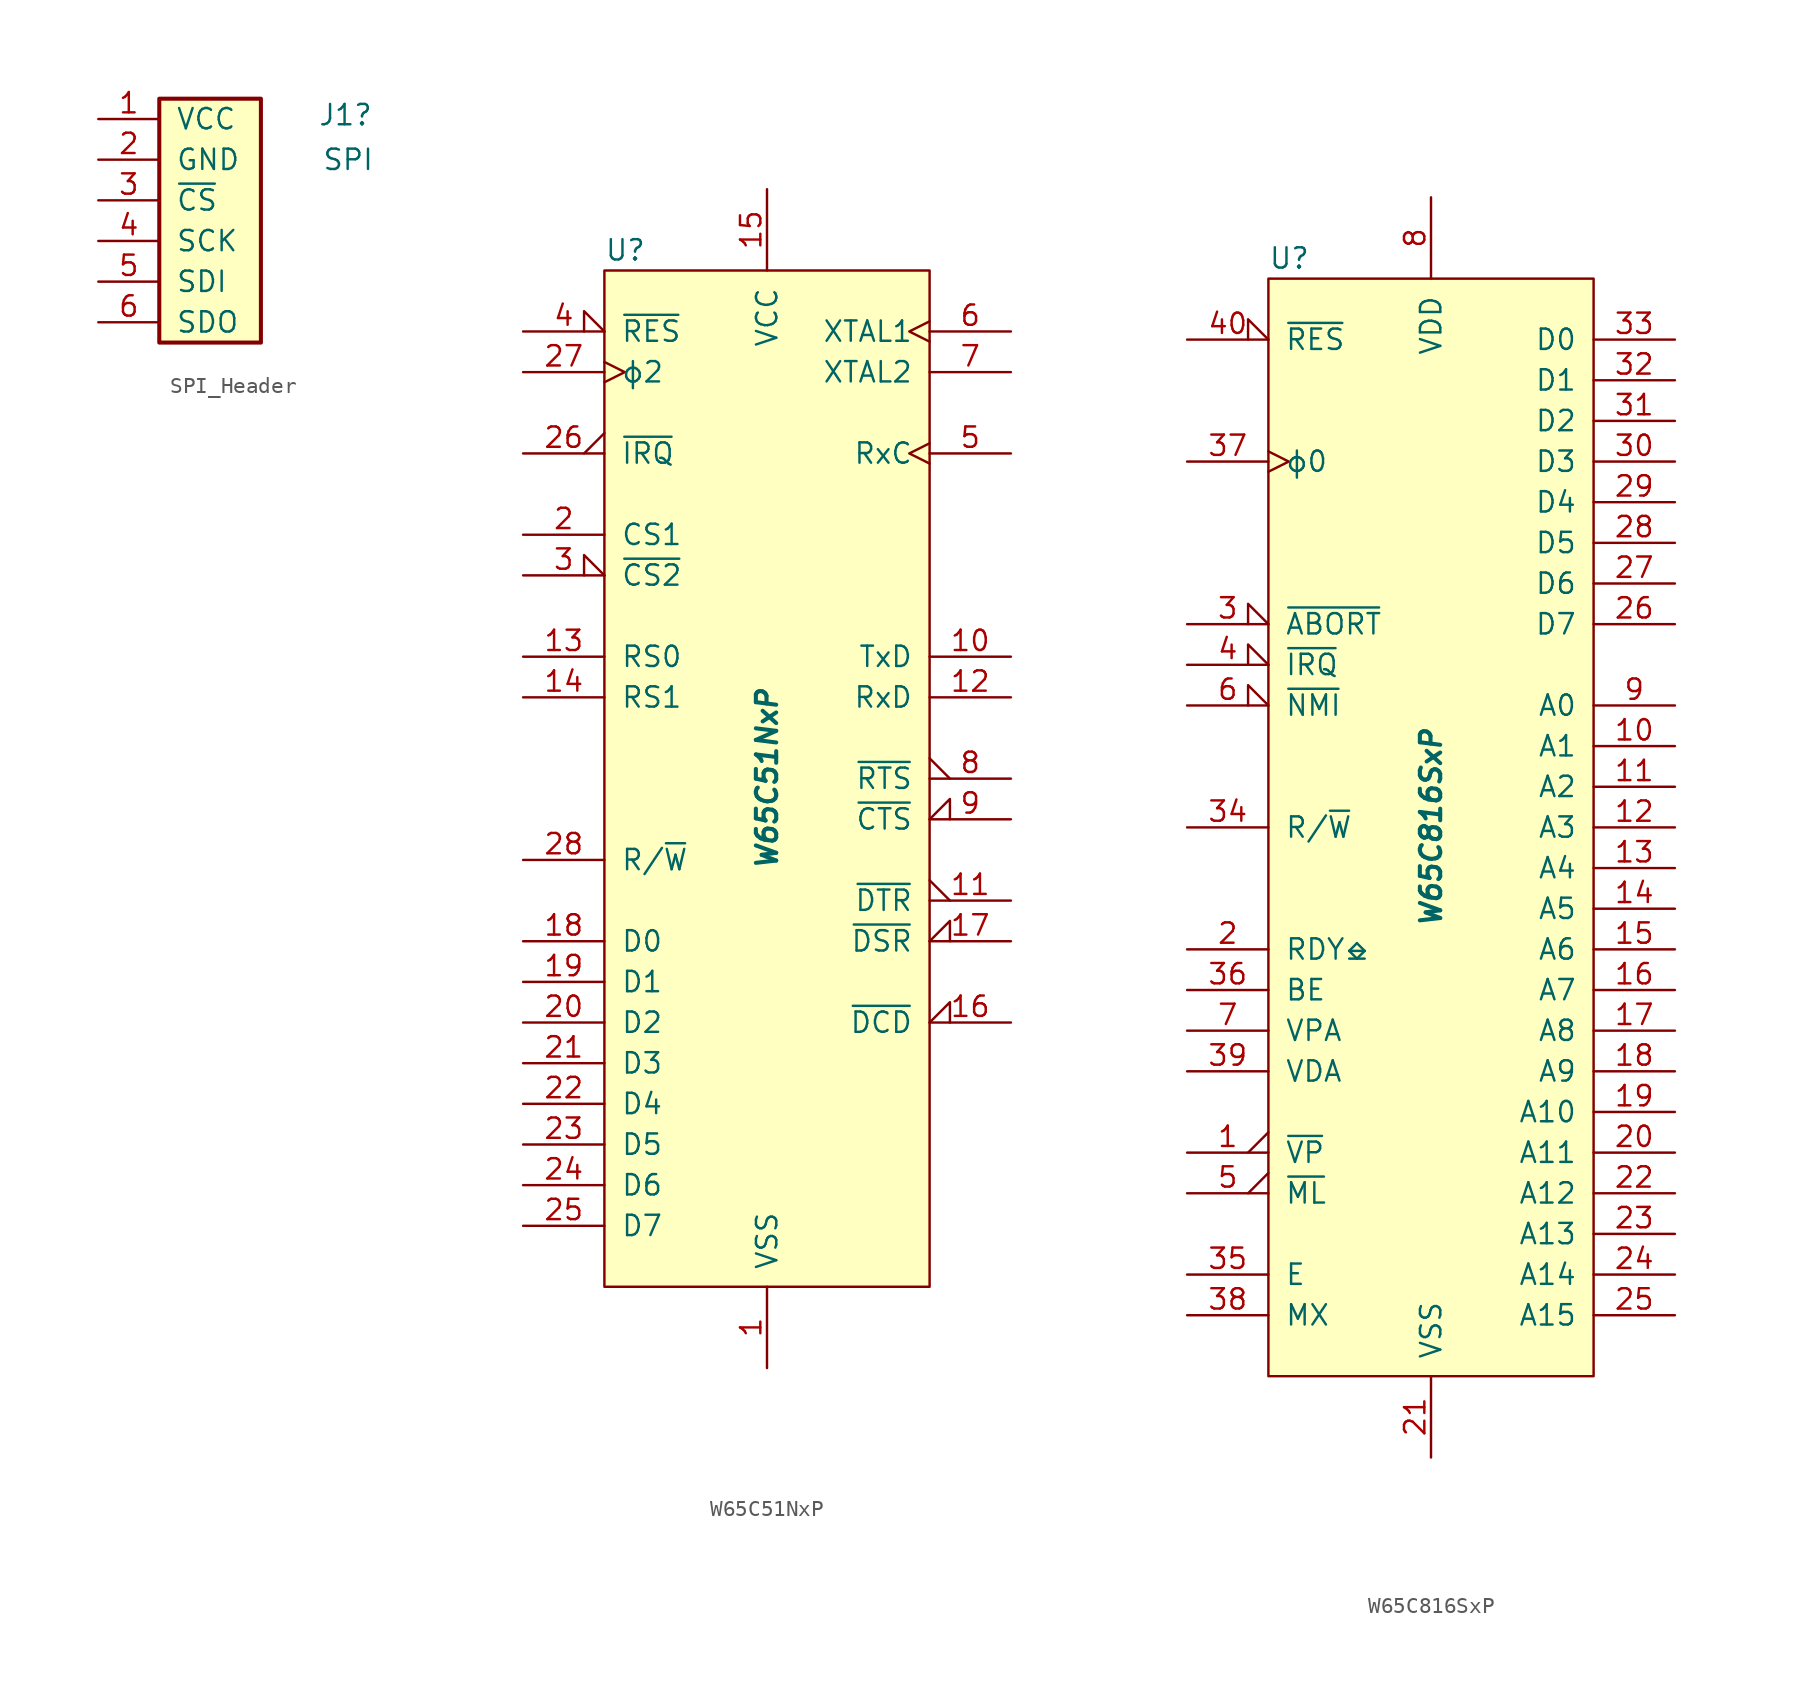
<source format=kicad_sym>
(kicad_symbol_lib
  (version 20231120)
  (generator "kicad_symbol_editor")
  (generator_version "8.0")
  (symbol "SPI_Header"
    (pin_names
      (offset 1.016))
    (property "Reference" "J1"
      (at 13.716 0.254 0)
      (effects (font (size 1.27 1.27)) (justify left)))
    (property "Value" "SPI"
      (at 13.97 -2.54 0)
      (effects (font (size 1.27 1.27)) (justify left)))
    (symbol "SPI_Header_1_1"
      (rectangle (start 3.81 1.27) (end 10.16 -13.97) (stroke (width 0.254) (type default)) (fill (type background)))
      (pin power_in line (at 0 0 0) (length 3.81) (name "VCC" (effects (font (size 1.27 1.27)))) (number "1" (effects (font (size 1.27 1.27)))))
      (pin power_in line (at 0 -2.54 0) (length 3.81) (name "GND" (effects (font (size 1.27 1.27)))) (number "2" (effects (font (size 1.27 1.27)))))
      (pin input line (at 0 -5.08 0) (length 3.81) (name "~{CS}" (effects (font (size 1.27 1.27)))) (number "3" (effects (font (size 1.27 1.27)))))
      (pin input line (at 0 -7.62 0) (length 3.81) (name "SCK" (effects (font (size 1.27 1.27)))) (number "4" (effects (font (size 1.27 1.27)))))
      (pin input line (at 0 -10.16 0) (length 3.81) (name "SDI" (effects (font (size 1.27 1.27)))) (number "5" (effects (font (size 1.27 1.27)))))
      (pin tri_state line (at 0 -12.7 0) (length 3.81) (name "SDO" (effects (font (size 1.27 1.27)))) (number "6" (effects (font (size 1.27 1.27)))))))
  (symbol "W65C51NxP"
    (pin_names
      (offset 1.016))
    (property "Reference" "U"
      (at -10.16 33.02 0)
      (effects (font (size 1.27 1.27)) (justify left)))
    (property "Value" "W65C51NxP"
      (at 0 0 90)
      (effects (font (size 1.27 1.27) (bold yes) (italic yes))))
    (symbol "W65C51NxP_0_1"
      (rectangle (start -10.16 31.75) (end 10.16 -31.75) (stroke (width 0) (type default)) (fill (type background))))
    (symbol "W65C51NxP_1_1"
      (pin power_in line (at 0 -36.83 90) (length 5.08) (name "VSS" (effects (font (size 1.27 1.27)))) (number "1" (effects (font (size 1.27 1.27)))))
      (pin output line (at 15.24 7.62 180) (length 5.08) (name "TxD" (effects (font (size 1.27 1.27)))) (number "10" (effects (font (size 1.27 1.27)))))
      (pin output output_low (at 15.24 -7.62 180) (length 5.08) (name "~{DTR}" (effects (font (size 1.27 1.27)))) (number "11" (effects (font (size 1.27 1.27)))))
      (pin input line (at 15.24 5.08 180) (length 5.08) (name "RxD" (effects (font (size 1.27 1.27)))) (number "12" (effects (font (size 1.27 1.27)))))
      (pin input line (at -15.24 7.62 0) (length 5.08) (name "RS0" (effects (font (size 1.27 1.27)))) (number "13" (effects (font (size 1.27 1.27)))))
      (pin input line (at -15.24 5.08 0) (length 5.08) (name "RS1" (effects (font (size 1.27 1.27)))) (number "14" (effects (font (size 1.27 1.27)))))
      (pin power_in line (at 0 36.83 270) (length 5.08) (name "VCC" (effects (font (size 1.27 1.27)))) (number "15" (effects (font (size 1.27 1.27)))))
      (pin input input_low (at 15.24 -15.24 180) (length 5.08) (name "~{DCD}" (effects (font (size 1.27 1.27)))) (number "16" (effects (font (size 1.27 1.27)))))
      (pin input input_low (at 15.24 -10.16 180) (length 5.08) (name "~{DSR}" (effects (font (size 1.27 1.27)))) (number "17" (effects (font (size 1.27 1.27)))))
      (pin bidirectional line (at -15.24 -10.16 0) (length 5.08) (name "D0" (effects (font (size 1.27 1.27)))) (number "18" (effects (font (size 1.27 1.27)))))
      (pin bidirectional line (at -15.24 -12.7 0) (length 5.08) (name "D1" (effects (font (size 1.27 1.27)))) (number "19" (effects (font (size 1.27 1.27)))))
      (pin input line (at -15.24 15.24 0) (length 5.08) (name "CS1" (effects (font (size 1.27 1.27)))) (number "2" (effects (font (size 1.27 1.27)))))
      (pin bidirectional line (at -15.24 -15.24 0) (length 5.08) (name "D2" (effects (font (size 1.27 1.27)))) (number "20" (effects (font (size 1.27 1.27)))))
      (pin bidirectional line (at -15.24 -17.78 0) (length 5.08) (name "D3" (effects (font (size 1.27 1.27)))) (number "21" (effects (font (size 1.27 1.27)))))
      (pin bidirectional line (at -15.24 -20.32 0) (length 5.08) (name "D4" (effects (font (size 1.27 1.27)))) (number "22" (effects (font (size 1.27 1.27)))))
      (pin bidirectional line (at -15.24 -22.86 0) (length 5.08) (name "D5" (effects (font (size 1.27 1.27)))) (number "23" (effects (font (size 1.27 1.27)))))
      (pin bidirectional line (at -15.24 -25.4 0) (length 5.08) (name "D6" (effects (font (size 1.27 1.27)))) (number "24" (effects (font (size 1.27 1.27)))))
      (pin bidirectional line (at -15.24 -27.94 0) (length 5.08) (name "D7" (effects (font (size 1.27 1.27)))) (number "25" (effects (font (size 1.27 1.27)))))
      (pin open_collector output_low (at -15.24 20.32 0) (length 5.08) (name "~{IRQ}" (effects (font (size 1.27 1.27)))) (number "26" (effects (font (size 1.27 1.27)))))
      (pin input clock (at -15.24 25.4 0) (length 5.08) (name "ϕ2" (effects (font (size 1.27 1.27)))) (number "27" (effects (font (size 1.27 1.27)))))
      (pin input line (at -15.24 -5.08 0) (length 5.08) (name "R/~{W}" (effects (font (size 1.27 1.27)))) (number "28" (effects (font (size 1.27 1.27)))))
      (pin input input_low (at -15.24 12.7 0) (length 5.08) (name "~{CS2}" (effects (font (size 1.27 1.27)))) (number "3" (effects (font (size 1.27 1.27)))))
      (pin input input_low (at -15.24 27.94 0) (length 5.08) (name "~{RES}" (effects (font (size 1.27 1.27)))) (number "4" (effects (font (size 1.27 1.27)))))
      (pin bidirectional clock (at 15.24 20.32 180) (length 5.08) (name "RxC" (effects (font (size 1.27 1.27)))) (number "5" (effects (font (size 1.27 1.27)))))
      (pin input clock (at 15.24 27.94 180) (length 5.08) (name "XTAL1" (effects (font (size 1.27 1.27)))) (number "6" (effects (font (size 1.27 1.27)))))
      (pin output line (at 15.24 25.4 180) (length 5.08) (name "XTAL2" (effects (font (size 1.27 1.27)))) (number "7" (effects (font (size 1.27 1.27)))))
      (pin output output_low (at 15.24 0 180) (length 5.08) (name "~{RTS}" (effects (font (size 1.27 1.27)))) (number "8" (effects (font (size 1.27 1.27)))))
      (pin input input_low (at 15.24 -2.54 180) (length 5.08) (name "~{CTS}" (effects (font (size 1.27 1.27)))) (number "9" (effects (font (size 1.27 1.27)))))))
  (symbol "W65C816SxP"
    (pin_names
      (offset 1.016))
    (property "Reference" "U"
      (at -10.16 35.56 0)
      (effects (font (size 1.27 1.27)) (justify left)))
    (property "Value" "W65C816SxP"
      (at 0 0 90)
      (effects (font (size 1.27 1.27) (bold yes) (italic yes))))
    (symbol "W65C816SxP_0_1"
      (rectangle (start -10.16 34.29) (end 10.16 -34.29) (stroke (width 0) (type default)) (fill (type background))))
    (symbol "W65C816SxP_1_1"
      (pin output output_low (at -15.24 -20.32 0) (length 5.08) (name "~{VP}" (effects (font (size 1.27 1.27)))) (number "1" (effects (font (size 1.27 1.27)))))
      (pin tri_state line (at 15.24 5.08 180) (length 5.08) (name "A1" (effects (font (size 1.27 1.27)))) (number "10" (effects (font (size 1.27 1.27)))))
      (pin tri_state line (at 15.24 2.54 180) (length 5.08) (name "A2" (effects (font (size 1.27 1.27)))) (number "11" (effects (font (size 1.27 1.27)))))
      (pin tri_state line (at 15.24 0 180) (length 5.08) (name "A3" (effects (font (size 1.27 1.27)))) (number "12" (effects (font (size 1.27 1.27)))))
      (pin tri_state line (at 15.24 -2.54 180) (length 5.08) (name "A4" (effects (font (size 1.27 1.27)))) (number "13" (effects (font (size 1.27 1.27)))))
      (pin tri_state line (at 15.24 -5.08 180) (length 5.08) (name "A5" (effects (font (size 1.27 1.27)))) (number "14" (effects (font (size 1.27 1.27)))))
      (pin tri_state line (at 15.24 -7.62 180) (length 5.08) (name "A6" (effects (font (size 1.27 1.27)))) (number "15" (effects (font (size 1.27 1.27)))))
      (pin tri_state line (at 15.24 -10.16 180) (length 5.08) (name "A7" (effects (font (size 1.27 1.27)))) (number "16" (effects (font (size 1.27 1.27)))))
      (pin tri_state line (at 15.24 -12.7 180) (length 5.08) (name "A8" (effects (font (size 1.27 1.27)))) (number "17" (effects (font (size 1.27 1.27)))))
      (pin tri_state line (at 15.24 -15.24 180) (length 5.08) (name "A9" (effects (font (size 1.27 1.27)))) (number "18" (effects (font (size 1.27 1.27)))))
      (pin tri_state line (at 15.24 -17.78 180) (length 5.08) (name "A10" (effects (font (size 1.27 1.27)))) (number "19" (effects (font (size 1.27 1.27)))))
      (pin open_collector line (at -15.24 -7.62 0) (length 5.08) (name "RDY⎒" (effects (font (size 1.27 1.27)))) (number "2" (effects (font (size 1.27 1.27)))))
      (pin tri_state line (at 15.24 -20.32 180) (length 5.08) (name "A11" (effects (font (size 1.27 1.27)))) (number "20" (effects (font (size 1.27 1.27)))))
      (pin power_in line (at 0 -39.37 90) (length 5.08) (name "VSS" (effects (font (size 1.27 1.27)))) (number "21" (effects (font (size 1.27 1.27)))))
      (pin tri_state line (at 15.24 -22.86 180) (length 5.08) (name "A12" (effects (font (size 1.27 1.27)))) (number "22" (effects (font (size 1.27 1.27)))))
      (pin tri_state line (at 15.24 -25.4 180) (length 5.08) (name "A13" (effects (font (size 1.27 1.27)))) (number "23" (effects (font (size 1.27 1.27)))))
      (pin tri_state line (at 15.24 -27.94 180) (length 5.08) (name "A14" (effects (font (size 1.27 1.27)))) (number "24" (effects (font (size 1.27 1.27)))))
      (pin tri_state line (at 15.24 -30.48 180) (length 5.08) (name "A15" (effects (font (size 1.27 1.27)))) (number "25" (effects (font (size 1.27 1.27)))))
      (pin bidirectional line (at 15.24 12.7 180) (length 5.08) (name "D7" (effects (font (size 1.27 1.27)))) (number "26" (effects (font (size 1.27 1.27)))))
      (pin bidirectional line (at 15.24 15.24 180) (length 5.08) (name "D6" (effects (font (size 1.27 1.27)))) (number "27" (effects (font (size 1.27 1.27)))))
      (pin bidirectional line (at 15.24 17.78 180) (length 5.08) (name "D5" (effects (font (size 1.27 1.27)))) (number "28" (effects (font (size 1.27 1.27)))))
      (pin bidirectional line (at 15.24 20.32 180) (length 5.08) (name "D4" (effects (font (size 1.27 1.27)))) (number "29" (effects (font (size 1.27 1.27)))))
      (pin input input_low (at -15.24 12.7 0) (length 5.08) (name "~{ABORT}" (effects (font (size 1.27 1.27)))) (number "3" (effects (font (size 1.27 1.27)))))
      (pin bidirectional line (at 15.24 22.86 180) (length 5.08) (name "D3" (effects (font (size 1.27 1.27)))) (number "30" (effects (font (size 1.27 1.27)))))
      (pin bidirectional line (at 15.24 25.4 180) (length 5.08) (name "D2" (effects (font (size 1.27 1.27)))) (number "31" (effects (font (size 1.27 1.27)))))
      (pin bidirectional line (at 15.24 27.94 180) (length 5.08) (name "D1" (effects (font (size 1.27 1.27)))) (number "32" (effects (font (size 1.27 1.27)))))
      (pin bidirectional line (at 15.24 30.48 180) (length 5.08) (name "D0" (effects (font (size 1.27 1.27)))) (number "33" (effects (font (size 1.27 1.27)))))
      (pin tri_state line (at -15.24 0 0) (length 5.08) (name "R/~{W}" (effects (font (size 1.27 1.27)))) (number "34" (effects (font (size 1.27 1.27)))))
      (pin output line (at -15.24 -27.94 0) (length 5.08) (name "E" (effects (font (size 1.27 1.27)))) (number "35" (effects (font (size 1.27 1.27)))))
      (pin input line (at -15.24 -10.16 0) (length 5.08) (name "BE" (effects (font (size 1.27 1.27)))) (number "36" (effects (font (size 1.27 1.27)))))
      (pin input clock (at -15.24 22.86 0) (length 5.08) (name "ϕ0" (effects (font (size 1.27 1.27)))) (number "37" (effects (font (size 1.27 1.27)))))
      (pin output line (at -15.24 -30.48 0) (length 5.08) (name "MX" (effects (font (size 1.27 1.27)))) (number "38" (effects (font (size 1.27 1.27)))))
      (pin output line (at -15.24 -15.24 0) (length 5.08) (name "VDA" (effects (font (size 1.27 1.27)))) (number "39" (effects (font (size 1.27 1.27)))))
      (pin input input_low (at -15.24 10.16 0) (length 5.08) (name "~{IRQ}" (effects (font (size 1.27 1.27)))) (number "4" (effects (font (size 1.27 1.27)))))
      (pin input input_low (at -15.24 30.48 0) (length 5.08) (name "~{RES}" (effects (font (size 1.27 1.27)))) (number "40" (effects (font (size 1.27 1.27)))))
      (pin output output_low (at -15.24 -22.86 0) (length 5.08) (name "~{ML}" (effects (font (size 1.27 1.27)))) (number "5" (effects (font (size 1.27 1.27)))))
      (pin input input_low (at -15.24 7.62 0) (length 5.08) (name "~{NMI}" (effects (font (size 1.27 1.27)))) (number "6" (effects (font (size 1.27 1.27)))))
      (pin output line (at -15.24 -12.7 0) (length 5.08) (name "VPA" (effects (font (size 1.27 1.27)))) (number "7" (effects (font (size 1.27 1.27)))))
      (pin power_in line (at 0 39.37 270) (length 5.08) (name "VDD" (effects (font (size 1.27 1.27)))) (number "8" (effects (font (size 1.27 1.27)))))
      (pin tri_state line (at 15.24 7.62 180) (length 5.08) (name "A0" (effects (font (size 1.27 1.27)))) (number "9" (effects (font (size 1.27 1.27))))))))
</source>
